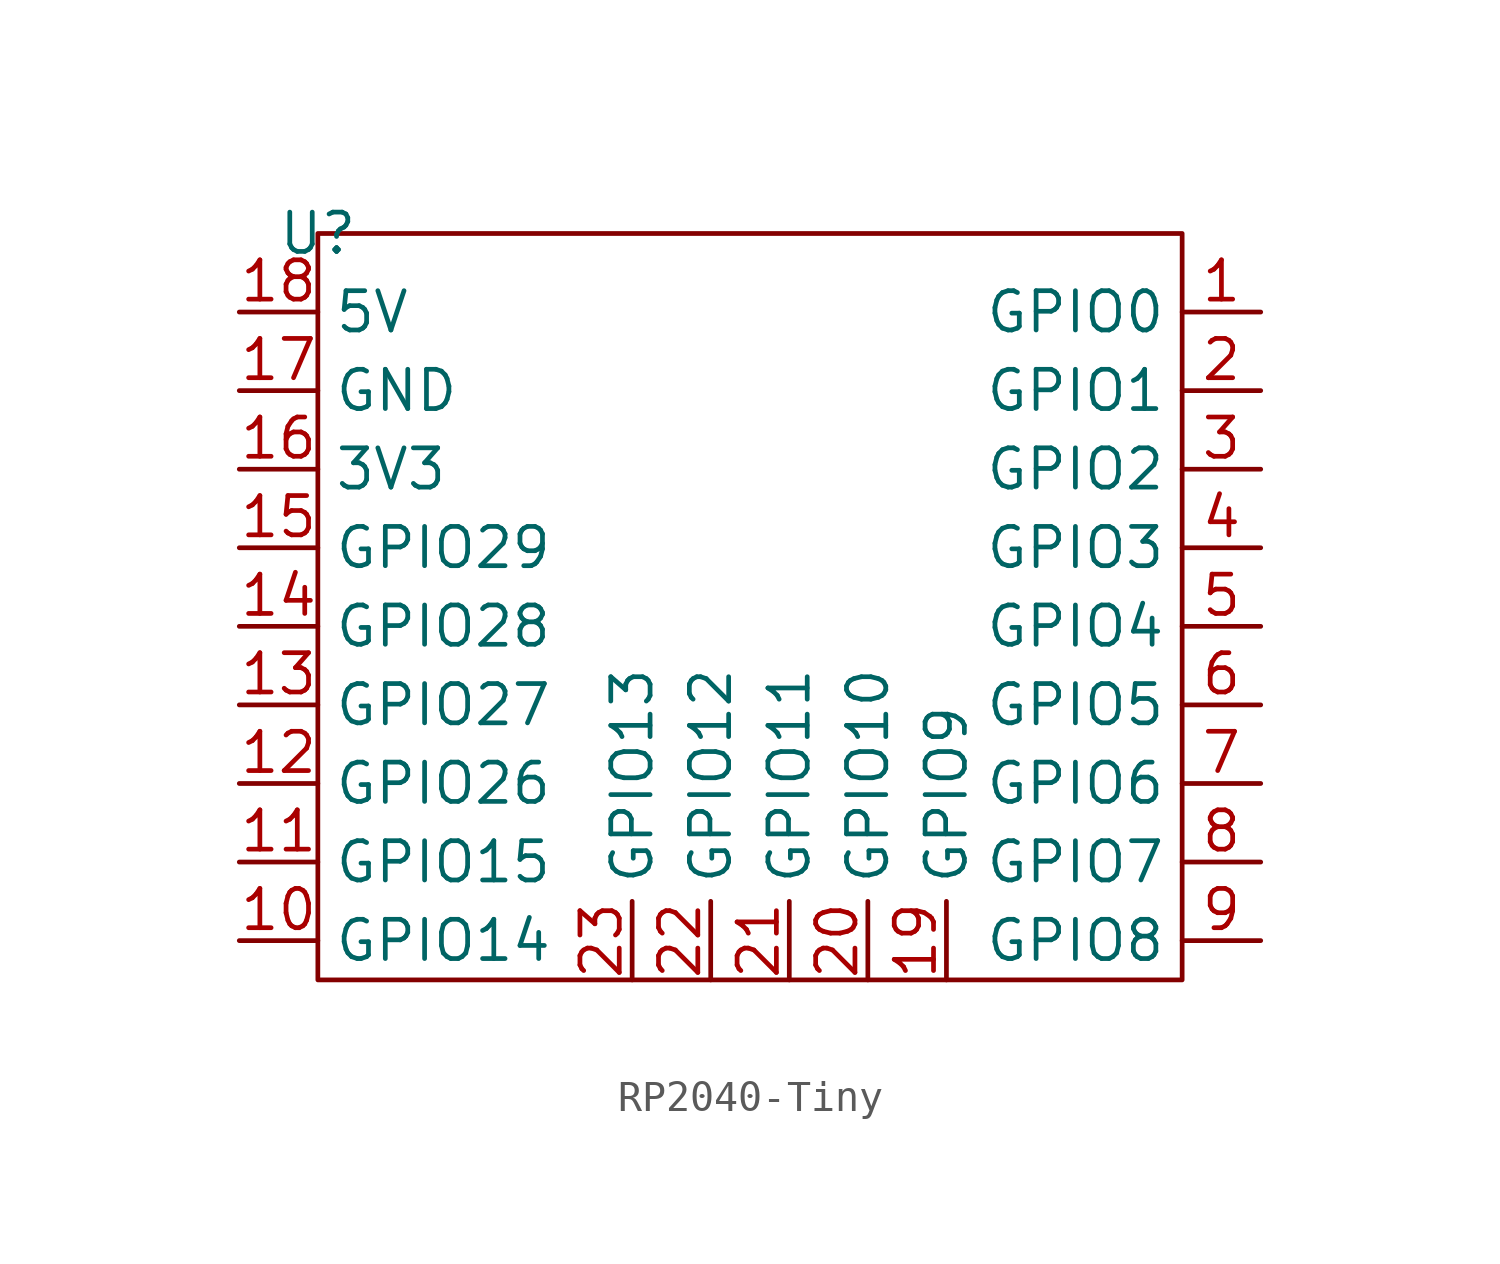
<source format=kicad_sym>
(kicad_symbol_lib
  (version 20231120)
  (generator "kicad_symbol_editor")
  (generator_version "8.0")
  (symbol "RP2040-Tiny"
    (property "Reference" "U"
      (at 0 0 0)
      (effects (font (size 1.27 1.27))))
    (property "Value" ""
      (at 0 0 0)
      (effects (font (size 1.27 1.27))))
    (symbol "RP2040-Tiny_0_1"
      (rectangle (start 0 0) (end 27.94 -24.13) (stroke (width 0) (type default)) (fill (type none))))
    (symbol "RP2040-Tiny_1_1"
      (pin bidirectional line (at 30.48 -2.54 180) (length 2.54) (name "GPIO0" (effects (font (size 1.27 1.27)))) (number "1" (effects (font (size 1.27 1.27)))))
      (pin bidirectional line (at -2.54 -22.86 0) (length 2.54) (name "GPIO14" (effects (font (size 1.27 1.27)))) (number "10" (effects (font (size 1.27 1.27)))))
      (pin bidirectional line (at -2.54 -20.32 0) (length 2.54) (name "GPIO15" (effects (font (size 1.27 1.27)))) (number "11" (effects (font (size 1.27 1.27)))))
      (pin bidirectional line (at -2.54 -17.78 0) (length 2.54) (name "GPIO26" (effects (font (size 1.27 1.27)))) (number "12" (effects (font (size 1.27 1.27)))))
      (pin bidirectional line (at -2.54 -15.24 0) (length 2.54) (name "GPIO27" (effects (font (size 1.27 1.27)))) (number "13" (effects (font (size 1.27 1.27)))))
      (pin bidirectional line (at -2.54 -12.7 0) (length 2.54) (name "GPIO28" (effects (font (size 1.27 1.27)))) (number "14" (effects (font (size 1.27 1.27)))))
      (pin bidirectional line (at -2.54 -10.16 0) (length 2.54) (name "GPIO29" (effects (font (size 1.27 1.27)))) (number "15" (effects (font (size 1.27 1.27)))))
      (pin bidirectional line (at -2.54 -7.62 0) (length 2.54) (name "3V3" (effects (font (size 1.27 1.27)))) (number "16" (effects (font (size 1.27 1.27)))))
      (pin bidirectional line (at -2.54 -5.08 0) (length 2.54) (name "GND" (effects (font (size 1.27 1.27)))) (number "17" (effects (font (size 1.27 1.27)))))
      (pin bidirectional line (at -2.54 -2.54 0) (length 2.54) (name "5V" (effects (font (size 1.27 1.27)))) (number "18" (effects (font (size 1.27 1.27)))))
      (pin bidirectional line (at 20.32 -24.13 90) (length 2.54) (name "GPIO9" (effects (font (size 1.27 1.27)))) (number "19" (effects (font (size 1.27 1.27)))))
      (pin bidirectional line (at 30.48 -5.08 180) (length 2.54) (name "GPIO1" (effects (font (size 1.27 1.27)))) (number "2" (effects (font (size 1.27 1.27)))))
      (pin bidirectional line (at 17.78 -24.13 90) (length 2.54) (name "GPIO10" (effects (font (size 1.27 1.27)))) (number "20" (effects (font (size 1.27 1.27)))))
      (pin bidirectional line (at 15.24 -24.13 90) (length 2.54) (name "GPIO11" (effects (font (size 1.27 1.27)))) (number "21" (effects (font (size 1.27 1.27)))))
      (pin bidirectional line (at 12.7 -24.13 90) (length 2.54) (name "GPIO12" (effects (font (size 1.27 1.27)))) (number "22" (effects (font (size 1.27 1.27)))))
      (pin bidirectional line (at 10.16 -24.13 90) (length 2.54) (name "GPIO13" (effects (font (size 1.27 1.27)))) (number "23" (effects (font (size 1.27 1.27)))))
      (pin bidirectional line (at 30.48 -7.62 180) (length 2.54) (name "GPIO2" (effects (font (size 1.27 1.27)))) (number "3" (effects (font (size 1.27 1.27)))))
      (pin bidirectional line (at 30.48 -10.16 180) (length 2.54) (name "GPIO3" (effects (font (size 1.27 1.27)))) (number "4" (effects (font (size 1.27 1.27)))))
      (pin bidirectional line (at 30.48 -12.7 180) (length 2.54) (name "GPIO4" (effects (font (size 1.27 1.27)))) (number "5" (effects (font (size 1.27 1.27)))))
      (pin bidirectional line (at 30.48 -15.24 180) (length 2.54) (name "GPIO5" (effects (font (size 1.27 1.27)))) (number "6" (effects (font (size 1.27 1.27)))))
      (pin bidirectional line (at 30.48 -17.78 180) (length 2.54) (name "GPIO6" (effects (font (size 1.27 1.27)))) (number "7" (effects (font (size 1.27 1.27)))))
      (pin bidirectional line (at 30.48 -20.32 180) (length 2.54) (name "GPIO7" (effects (font (size 1.27 1.27)))) (number "8" (effects (font (size 1.27 1.27)))))
      (pin bidirectional line (at 30.48 -22.86 180) (length 2.54) (name "GPIO8" (effects (font (size 1.27 1.27)))) (number "9" (effects (font (size 1.27 1.27))))))))
</source>
